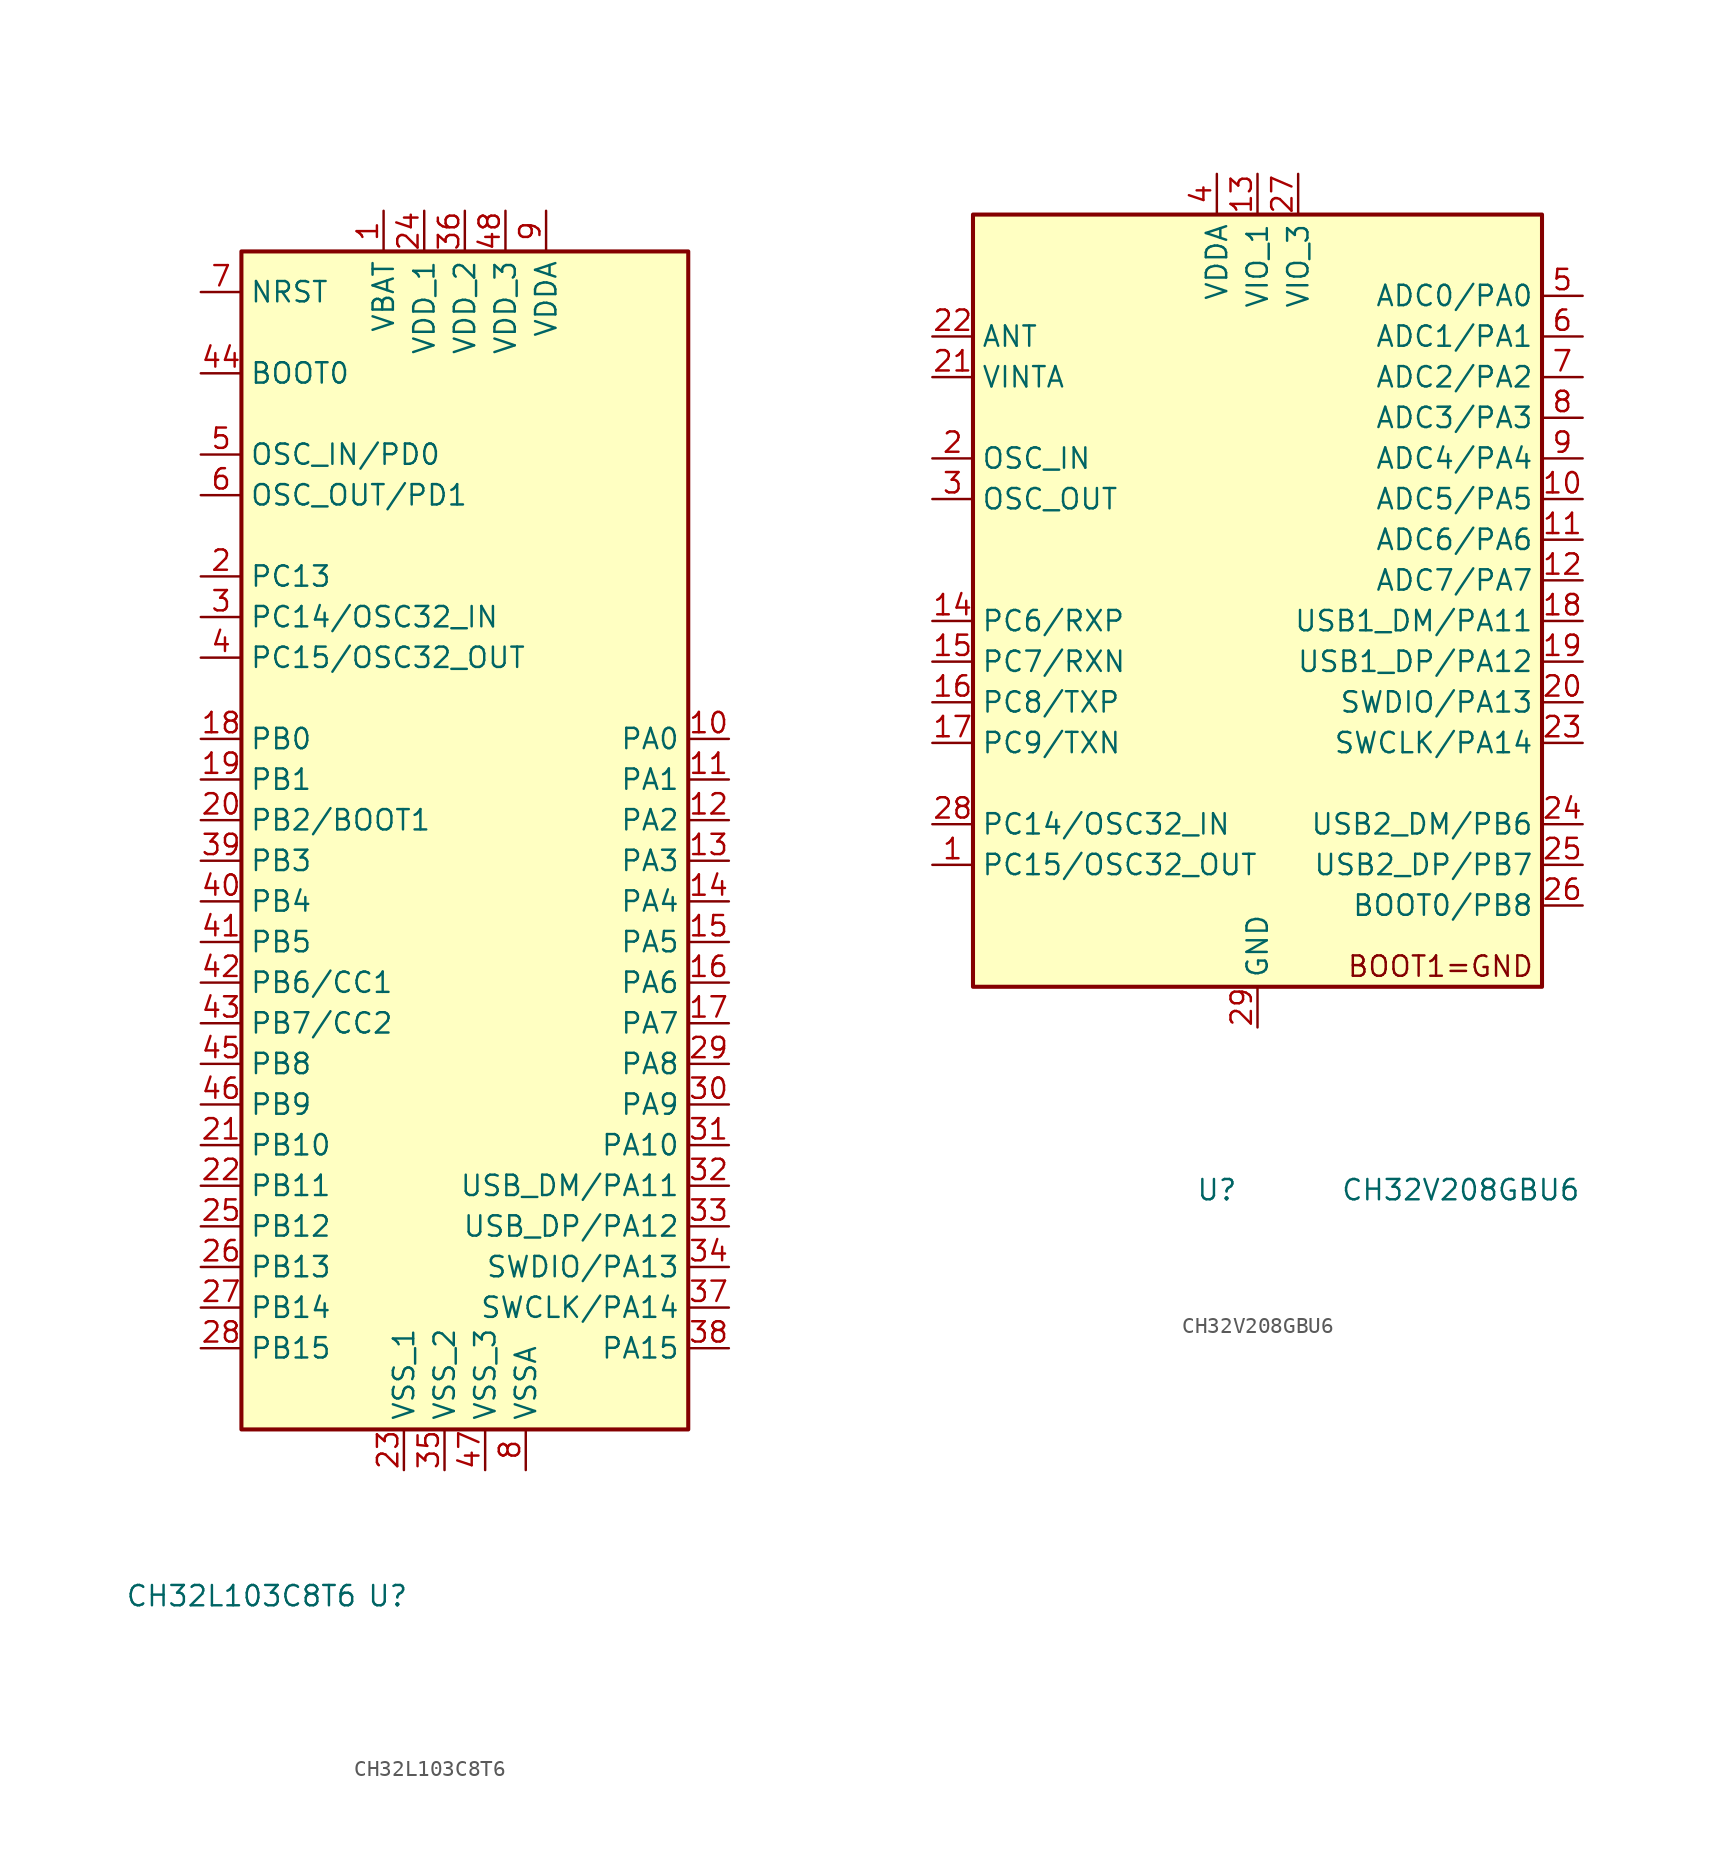
<source format=kicad_sym>
(kicad_symbol_lib
  (version 20220914)
  (generator kicad_symbol_editor)
  (symbol "CH32L103C8T6"
    (property "Reference" "U"
      (at 0 0 0)
      (effects (font (size 1.27 1.27))))
    (property "Value" "CH32L103C8T6"
      (at -9.144 0 0)
      (effects (font (size 1.27 1.27))))
    (symbol "CH32L103C8T6_0_1"
      (rectangle (start -9.144 84.074) (end 18.796 10.414) (stroke (width 0.254) (type default)) (fill (type background))))
    (symbol "CH32L103C8T6_1_1"
      (pin power_in line (at -0.254 86.614 270) (length 2.54) (name "VBAT" (effects (font (size 1.27 1.27)))) (number "1" (effects (font (size 1.27 1.27)))))
      (pin bidirectional line (at 21.336 53.594 180) (length 2.54) (name "PA0" (effects (font (size 1.27 1.27)))) (number "10" (effects (font (size 1.27 1.27)))))
      (pin bidirectional line (at 21.336 51.054 180) (length 2.54) (name "PA1" (effects (font (size 1.27 1.27)))) (number "11" (effects (font (size 1.27 1.27)))))
      (pin bidirectional line (at 21.336 48.514 180) (length 2.54) (name "PA2" (effects (font (size 1.27 1.27)))) (number "12" (effects (font (size 1.27 1.27)))))
      (pin bidirectional line (at 21.336 45.974 180) (length 2.54) (name "PA3" (effects (font (size 1.27 1.27)))) (number "13" (effects (font (size 1.27 1.27)))))
      (pin bidirectional line (at 21.336 43.434 180) (length 2.54) (name "PA4" (effects (font (size 1.27 1.27)))) (number "14" (effects (font (size 1.27 1.27)))))
      (pin bidirectional line (at 21.336 40.894 180) (length 2.54) (name "PA5" (effects (font (size 1.27 1.27)))) (number "15" (effects (font (size 1.27 1.27)))))
      (pin bidirectional line (at 21.336 38.354 180) (length 2.54) (name "PA6" (effects (font (size 1.27 1.27)))) (number "16" (effects (font (size 1.27 1.27)))))
      (pin bidirectional line (at 21.336 35.814 180) (length 2.54) (name "PA7" (effects (font (size 1.27 1.27)))) (number "17" (effects (font (size 1.27 1.27)))))
      (pin bidirectional line (at -11.684 53.594 0) (length 2.54) (name "PB0" (effects (font (size 1.27 1.27)))) (number "18" (effects (font (size 1.27 1.27)))))
      (pin bidirectional line (at -11.684 51.054 0) (length 2.54) (name "PB1" (effects (font (size 1.27 1.27)))) (number "19" (effects (font (size 1.27 1.27)))))
      (pin bidirectional line (at -11.684 63.754 0) (length 2.54) (name "PC13" (effects (font (size 1.27 1.27)))) (number "2" (effects (font (size 1.27 1.27)))))
      (pin bidirectional line (at -11.684 48.514 0) (length 2.54) (name "PB2/BOOT1" (effects (font (size 1.27 1.27)))) (number "20" (effects (font (size 1.27 1.27)))))
      (pin bidirectional line (at -11.684 28.194 0) (length 2.54) (name "PB10" (effects (font (size 1.27 1.27)))) (number "21" (effects (font (size 1.27 1.27)))))
      (pin bidirectional line (at -11.684 25.654 0) (length 2.54) (name "PB11" (effects (font (size 1.27 1.27)))) (number "22" (effects (font (size 1.27 1.27)))))
      (pin power_in line (at 1.016 7.874 90) (length 2.54) (name "VSS_1" (effects (font (size 1.27 1.27)))) (number "23" (effects (font (size 1.27 1.27)))))
      (pin power_in line (at 2.286 86.614 270) (length 2.54) (name "VDD_1" (effects (font (size 1.27 1.27)))) (number "24" (effects (font (size 1.27 1.27)))))
      (pin bidirectional line (at -11.684 23.114 0) (length 2.54) (name "PB12" (effects (font (size 1.27 1.27)))) (number "25" (effects (font (size 1.27 1.27)))))
      (pin bidirectional line (at -11.684 20.574 0) (length 2.54) (name "PB13" (effects (font (size 1.27 1.27)))) (number "26" (effects (font (size 1.27 1.27)))))
      (pin bidirectional line (at -11.684 18.034 0) (length 2.54) (name "PB14" (effects (font (size 1.27 1.27)))) (number "27" (effects (font (size 1.27 1.27)))))
      (pin bidirectional line (at -11.684 15.494 0) (length 2.54) (name "PB15" (effects (font (size 1.27 1.27)))) (number "28" (effects (font (size 1.27 1.27)))))
      (pin bidirectional line (at 21.336 33.274 180) (length 2.54) (name "PA8" (effects (font (size 1.27 1.27)))) (number "29" (effects (font (size 1.27 1.27)))))
      (pin bidirectional line (at -11.684 61.214 0) (length 2.54) (name "PC14/OSC32_IN" (effects (font (size 1.27 1.27)))) (number "3" (effects (font (size 1.27 1.27)))))
      (pin bidirectional line (at 21.336 30.734 180) (length 2.54) (name "PA9" (effects (font (size 1.27 1.27)))) (number "30" (effects (font (size 1.27 1.27)))))
      (pin bidirectional line (at 21.336 28.194 180) (length 2.54) (name "PA10" (effects (font (size 1.27 1.27)))) (number "31" (effects (font (size 1.27 1.27)))))
      (pin bidirectional line (at 21.336 25.654 180) (length 2.54) (name "USB_DM/PA11" (effects (font (size 1.27 1.27)))) (number "32" (effects (font (size 1.27 1.27)))))
      (pin bidirectional line (at 21.336 23.114 180) (length 2.54) (name "USB_DP/PA12" (effects (font (size 1.27 1.27)))) (number "33" (effects (font (size 1.27 1.27)))))
      (pin bidirectional line (at 21.336 20.574 180) (length 2.54) (name "SWDIO/PA13" (effects (font (size 1.27 1.27)))) (number "34" (effects (font (size 1.27 1.27)))))
      (pin power_in line (at 3.556 7.874 90) (length 2.54) (name "VSS_2" (effects (font (size 1.27 1.27)))) (number "35" (effects (font (size 1.27 1.27)))))
      (pin power_in line (at 4.826 86.614 270) (length 2.54) (name "VDD_2" (effects (font (size 1.27 1.27)))) (number "36" (effects (font (size 1.27 1.27)))))
      (pin bidirectional line (at 21.336 18.034 180) (length 2.54) (name "SWCLK/PA14" (effects (font (size 1.27 1.27)))) (number "37" (effects (font (size 1.27 1.27)))))
      (pin bidirectional line (at 21.336 15.494 180) (length 2.54) (name "PA15" (effects (font (size 1.27 1.27)))) (number "38" (effects (font (size 1.27 1.27)))))
      (pin bidirectional line (at -11.684 45.974 0) (length 2.54) (name "PB3" (effects (font (size 1.27 1.27)))) (number "39" (effects (font (size 1.27 1.27)))))
      (pin bidirectional line (at -11.684 58.674 0) (length 2.54) (name "PC15/OSC32_OUT" (effects (font (size 1.27 1.27)))) (number "4" (effects (font (size 1.27 1.27)))))
      (pin bidirectional line (at -11.684 43.434 0) (length 2.54) (name "PB4" (effects (font (size 1.27 1.27)))) (number "40" (effects (font (size 1.27 1.27)))))
      (pin bidirectional line (at -11.684 40.894 0) (length 2.54) (name "PB5" (effects (font (size 1.27 1.27)))) (number "41" (effects (font (size 1.27 1.27)))))
      (pin bidirectional line (at -11.684 38.354 0) (length 2.54) (name "PB6/CC1" (effects (font (size 1.27 1.27)))) (number "42" (effects (font (size 1.27 1.27)))))
      (pin bidirectional line (at -11.684 35.814 0) (length 2.54) (name "PB7/CC2" (effects (font (size 1.27 1.27)))) (number "43" (effects (font (size 1.27 1.27)))))
      (pin input line (at -11.684 76.454 0) (length 2.54) (name "BOOT0" (effects (font (size 1.27 1.27)))) (number "44" (effects (font (size 1.27 1.27)))))
      (pin bidirectional line (at -11.684 33.274 0) (length 2.54) (name "PB8" (effects (font (size 1.27 1.27)))) (number "45" (effects (font (size 1.27 1.27)))))
      (pin bidirectional line (at -11.684 30.734 0) (length 2.54) (name "PB9" (effects (font (size 1.27 1.27)))) (number "46" (effects (font (size 1.27 1.27)))))
      (pin power_in line (at 6.096 7.874 90) (length 2.54) (name "VSS_3" (effects (font (size 1.27 1.27)))) (number "47" (effects (font (size 1.27 1.27)))))
      (pin power_in line (at 7.366 86.614 270) (length 2.54) (name "VDD_3" (effects (font (size 1.27 1.27)))) (number "48" (effects (font (size 1.27 1.27)))))
      (pin input line (at -11.684 71.374 0) (length 2.54) (name "OSC_IN/PD0" (effects (font (size 1.27 1.27)))) (number "5" (effects (font (size 1.27 1.27)))))
      (pin input line (at -11.684 68.834 0) (length 2.54) (name "OSC_OUT/PD1" (effects (font (size 1.27 1.27)))) (number "6" (effects (font (size 1.27 1.27)))))
      (pin input line (at -11.684 81.534 0) (length 2.54) (name "NRST" (effects (font (size 1.27 1.27)))) (number "7" (effects (font (size 1.27 1.27)))))
      (pin power_in line (at 8.636 7.874 90) (length 2.54) (name "VSSA" (effects (font (size 1.27 1.27)))) (number "8" (effects (font (size 1.27 1.27)))))
      (pin power_in line (at 9.906 86.614 270) (length 2.54) (name "VDDA" (effects (font (size 1.27 1.27)))) (number "9" (effects (font (size 1.27 1.27)))))))
  (symbol "CH32V208GBU6"
    (property "Reference" "U"
      (at -2.54 -35.56 0)
      (effects (font (size 1.27 1.27))))
    (property "Value" "CH32V208GBU6"
      (at 12.7 -35.56 0)
      (effects (font (size 1.27 1.27))))
    (symbol "CH32V208GBU6_0_1"
      (rectangle (start -17.78 25.4) (end 17.78 -22.86) (stroke (width 0.254) (type default)) (fill (type background))))
    (symbol "CH32V208GBU6_1_0"
      (text "BOOT1=GND" (at 11.43 -21.59 0) (effects (font (size 1.27 1.27)))))
    (symbol "CH32V208GBU6_1_1"
      (pin bidirectional line (at -20.32 -15.24 0) (length 2.54) (name "PC15/OSC32_OUT" (effects (font (size 1.27 1.27)))) (number "1" (effects (font (size 1.27 1.27)))))
      (pin bidirectional line (at 20.32 7.62 180) (length 2.54) (name "ADC5/PA5" (effects (font (size 1.27 1.27)))) (number "10" (effects (font (size 1.27 1.27)))))
      (pin bidirectional line (at 20.32 5.08 180) (length 2.54) (name "ADC6/PA6" (effects (font (size 1.27 1.27)))) (number "11" (effects (font (size 1.27 1.27)))))
      (pin bidirectional line (at 20.32 2.54 180) (length 2.54) (name "ADC7/PA7" (effects (font (size 1.27 1.27)))) (number "12" (effects (font (size 1.27 1.27)))))
      (pin power_in line (at 0 27.94 270) (length 2.54) (name "VIO_1" (effects (font (size 1.27 1.27)))) (number "13" (effects (font (size 1.27 1.27)))))
      (pin bidirectional line (at -20.32 0 0) (length 2.54) (name "PC6/RXP" (effects (font (size 1.27 1.27)))) (number "14" (effects (font (size 1.27 1.27)))))
      (pin bidirectional line (at -20.32 -2.54 0) (length 2.54) (name "PC7/RXN" (effects (font (size 1.27 1.27)))) (number "15" (effects (font (size 1.27 1.27)))))
      (pin bidirectional line (at -20.32 -5.08 0) (length 2.54) (name "PC8/TXP" (effects (font (size 1.27 1.27)))) (number "16" (effects (font (size 1.27 1.27)))))
      (pin bidirectional line (at -20.32 -7.62 0) (length 2.54) (name "PC9/TXN" (effects (font (size 1.27 1.27)))) (number "17" (effects (font (size 1.27 1.27)))))
      (pin bidirectional line (at 20.32 0 180) (length 2.54) (name "USB1_DM/PA11" (effects (font (size 1.27 1.27)))) (number "18" (effects (font (size 1.27 1.27)))))
      (pin bidirectional line (at 20.32 -2.54 180) (length 2.54) (name "USB1_DP/PA12" (effects (font (size 1.27 1.27)))) (number "19" (effects (font (size 1.27 1.27)))))
      (pin bidirectional line (at -20.32 10.16 0) (length 2.54) (name "OSC_IN" (effects (font (size 1.27 1.27)))) (number "2" (effects (font (size 1.27 1.27)))))
      (pin bidirectional line (at 20.32 -5.08 180) (length 2.54) (name "SWDIO/PA13" (effects (font (size 1.27 1.27)))) (number "20" (effects (font (size 1.27 1.27)))))
      (pin bidirectional line (at -20.32 15.24 0) (length 2.54) (name "VINTA" (effects (font (size 1.27 1.27)))) (number "21" (effects (font (size 1.27 1.27)))))
      (pin bidirectional line (at -20.32 17.78 0) (length 2.54) (name "ANT" (effects (font (size 1.27 1.27)))) (number "22" (effects (font (size 1.27 1.27)))))
      (pin bidirectional line (at 20.32 -7.62 180) (length 2.54) (name "SWCLK/PA14" (effects (font (size 1.27 1.27)))) (number "23" (effects (font (size 1.27 1.27)))))
      (pin bidirectional line (at 20.32 -12.7 180) (length 2.54) (name "USB2_DM/PB6" (effects (font (size 1.27 1.27)))) (number "24" (effects (font (size 1.27 1.27)))))
      (pin bidirectional line (at 20.32 -15.24 180) (length 2.54) (name "USB2_DP/PB7" (effects (font (size 1.27 1.27)))) (number "25" (effects (font (size 1.27 1.27)))))
      (pin bidirectional line (at 20.32 -17.78 180) (length 2.54) (name "BOOT0/PB8" (effects (font (size 1.27 1.27)))) (number "26" (effects (font (size 1.27 1.27)))))
      (pin power_in line (at 2.54 27.94 270) (length 2.54) (name "VIO_3" (effects (font (size 1.27 1.27)))) (number "27" (effects (font (size 1.27 1.27)))))
      (pin bidirectional line (at -20.32 -12.7 0) (length 2.54) (name "PC14/OSC32_IN" (effects (font (size 1.27 1.27)))) (number "28" (effects (font (size 1.27 1.27)))))
      (pin power_in line (at 0 -25.4 90) (length 2.54) (name "GND" (effects (font (size 1.27 1.27)))) (number "29" (effects (font (size 1.27 1.27)))))
      (pin bidirectional line (at -20.32 7.62 0) (length 2.54) (name "OSC_OUT" (effects (font (size 1.27 1.27)))) (number "3" (effects (font (size 1.27 1.27)))))
      (pin power_in line (at -2.54 27.94 270) (length 2.54) (name "VDDA" (effects (font (size 1.27 1.27)))) (number "4" (effects (font (size 1.27 1.27)))))
      (pin bidirectional line (at 20.32 20.32 180) (length 2.54) (name "ADC0/PA0" (effects (font (size 1.27 1.27)))) (number "5" (effects (font (size 1.27 1.27)))))
      (pin bidirectional line (at 20.32 17.78 180) (length 2.54) (name "ADC1/PA1" (effects (font (size 1.27 1.27)))) (number "6" (effects (font (size 1.27 1.27)))))
      (pin bidirectional line (at 20.32 15.24 180) (length 2.54) (name "ADC2/PA2" (effects (font (size 1.27 1.27)))) (number "7" (effects (font (size 1.27 1.27)))))
      (pin bidirectional line (at 20.32 12.7 180) (length 2.54) (name "ADC3/PA3" (effects (font (size 1.27 1.27)))) (number "8" (effects (font (size 1.27 1.27)))))
      (pin bidirectional line (at 20.32 10.16 180) (length 2.54) (name "ADC4/PA4" (effects (font (size 1.27 1.27)))) (number "9" (effects (font (size 1.27 1.27))))))))
</source>
